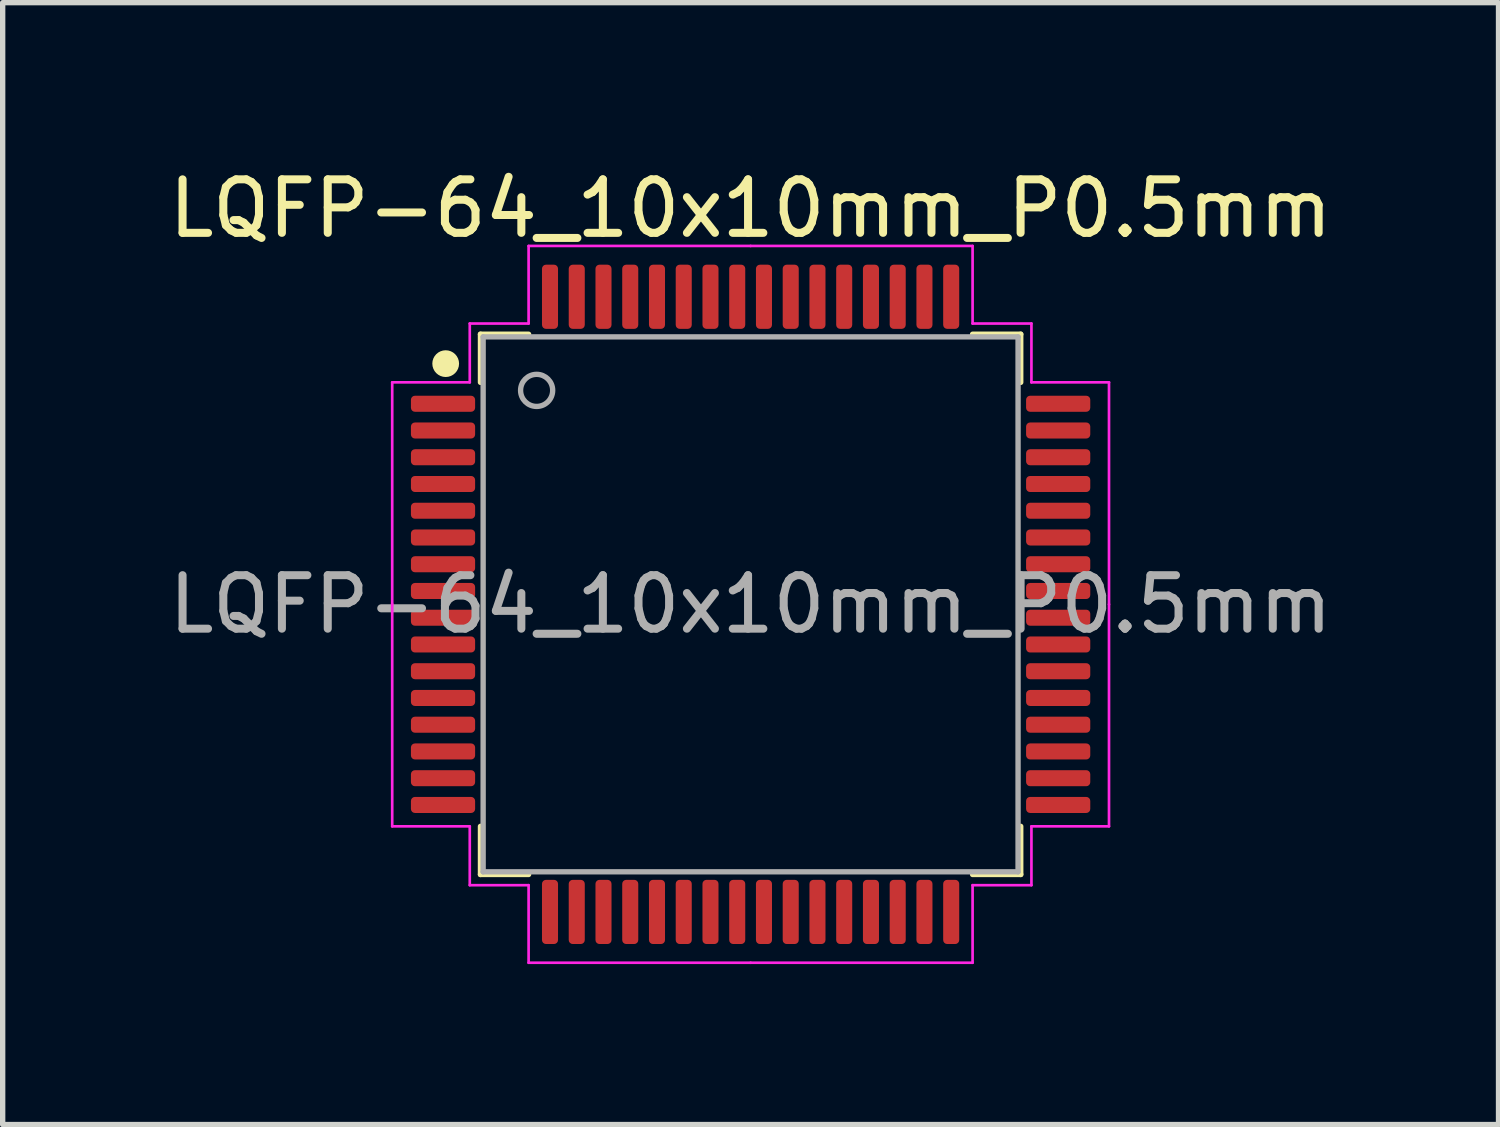
<source format=kicad_pcb>
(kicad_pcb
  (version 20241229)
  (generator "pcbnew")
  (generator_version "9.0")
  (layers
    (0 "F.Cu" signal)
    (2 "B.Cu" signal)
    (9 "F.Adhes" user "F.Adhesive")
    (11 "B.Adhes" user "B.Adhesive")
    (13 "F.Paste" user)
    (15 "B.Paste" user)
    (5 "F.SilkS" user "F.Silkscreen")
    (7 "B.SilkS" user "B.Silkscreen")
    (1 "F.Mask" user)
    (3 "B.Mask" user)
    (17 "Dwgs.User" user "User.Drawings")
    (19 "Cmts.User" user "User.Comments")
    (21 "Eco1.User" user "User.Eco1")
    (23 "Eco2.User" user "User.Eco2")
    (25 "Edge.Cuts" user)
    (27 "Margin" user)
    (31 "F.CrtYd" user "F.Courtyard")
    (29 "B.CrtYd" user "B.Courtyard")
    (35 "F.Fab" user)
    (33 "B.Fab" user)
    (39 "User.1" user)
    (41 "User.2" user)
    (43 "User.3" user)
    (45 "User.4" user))
  (footprint "LQFP-64_10x10mm_P0.5mm"
    (layer "F.Cu")
    (at 10.982 8.248)
    (property "Reference" "LQFP-64_10x10mm_P0.5mm" (at 0 -7.4 0) (layer "F.SilkS") (effects (font (size 1 1) (thickness 0.15))))
    (attr smd)
    (fp_line (start -5.05 -5.05) (end -5.05 -4.15) (stroke (width 0.1) (type default)) (layer "F.SilkS"))
    (fp_line (start -5.05 -5.05) (end -4.15 -5.05) (stroke (width 0.1) (type default)) (layer "F.SilkS"))
    (fp_line (start -5.05 5.05) (end -5.05 4.15) (stroke (width 0.1) (type default)) (layer "F.SilkS"))
    (fp_line (start -5.05 5.05) (end -4.15 5.05) (stroke (width 0.1) (type default)) (layer "F.SilkS"))
    (fp_line (start 5.05 -5.05) (end 4.15 -5.05) (stroke (width 0.1) (type default)) (layer "F.SilkS"))
    (fp_line (start 5.05 -5.05) (end 5.05 -4.15) (stroke (width 0.1) (type default)) (layer "F.SilkS"))
    (fp_line (start 5.05 5.05) (end 4.15 5.05) (stroke (width 0.1) (type default)) (layer "F.SilkS"))
    (fp_line (start 5.05 5.05) (end 5.05 4.15) (stroke (width 0.1) (type default)) (layer "F.SilkS"))
    (fp_circle (center -5.7 -4.5) (end -5.5 -4.5) (stroke (width 0.1) (type solid)) (fill yes) (layer "F.SilkS"))
    (fp_line (start -6.7 -4.15) (end -6.7 0) (stroke (width 0.05) (type solid)) (layer "F.CrtYd"))
    (fp_line (start -6.7 4.15) (end -6.7 0) (stroke (width 0.05) (type solid)) (layer "F.CrtYd"))
    (fp_line (start -5.25 -5.25) (end -5.25 -4.15) (stroke (width 0.05) (type solid)) (layer "F.CrtYd"))
    (fp_line (start -5.25 -4.15) (end -6.7 -4.15) (stroke (width 0.05) (type solid)) (layer "F.CrtYd"))
    (fp_line (start -5.25 4.15) (end -6.7 4.15) (stroke (width 0.05) (type solid)) (layer "F.CrtYd"))
    (fp_line (start -5.25 5.25) (end -5.25 4.15) (stroke (width 0.05) (type solid)) (layer "F.CrtYd"))
    (fp_line (start -4.15 -6.7) (end -4.15 -5.25) (stroke (width 0.05) (type solid)) (layer "F.CrtYd"))
    (fp_line (start -4.15 -5.25) (end -5.25 -5.25) (stroke (width 0.05) (type solid)) (layer "F.CrtYd"))
    (fp_line (start -4.15 5.25) (end -5.25 5.25) (stroke (width 0.05) (type solid)) (layer "F.CrtYd"))
    (fp_line (start -4.15 6.7) (end -4.15 5.25) (stroke (width 0.05) (type solid)) (layer "F.CrtYd"))
    (fp_line (start 0 -6.7) (end -4.15 -6.7) (stroke (width 0.05) (type solid)) (layer "F.CrtYd"))
    (fp_line (start 0 -6.7) (end 4.15 -6.7) (stroke (width 0.05) (type solid)) (layer "F.CrtYd"))
    (fp_line (start 0 6.7) (end -4.15 6.7) (stroke (width 0.05) (type solid)) (layer "F.CrtYd"))
    (fp_line (start 0 6.7) (end 4.15 6.7) (stroke (width 0.05) (type solid)) (layer "F.CrtYd"))
    (fp_line (start 4.15 -6.7) (end 4.15 -5.25) (stroke (width 0.05) (type solid)) (layer "F.CrtYd"))
    (fp_line (start 4.15 -5.25) (end 5.25 -5.25) (stroke (width 0.05) (type solid)) (layer "F.CrtYd"))
    (fp_line (start 4.15 5.25) (end 5.25 5.25) (stroke (width 0.05) (type solid)) (layer "F.CrtYd"))
    (fp_line (start 4.15 6.7) (end 4.15 5.25) (stroke (width 0.05) (type solid)) (layer "F.CrtYd"))
    (fp_line (start 5.25 -5.25) (end 5.25 -4.15) (stroke (width 0.05) (type solid)) (layer "F.CrtYd"))
    (fp_line (start 5.25 -4.15) (end 6.7 -4.15) (stroke (width 0.05) (type solid)) (layer "F.CrtYd"))
    (fp_line (start 5.25 4.15) (end 6.7 4.15) (stroke (width 0.05) (type solid)) (layer "F.CrtYd"))
    (fp_line (start 5.25 5.25) (end 5.25 4.15) (stroke (width 0.05) (type solid)) (layer "F.CrtYd"))
    (fp_line (start 6.7 -4.15) (end 6.7 0) (stroke (width 0.05) (type solid)) (layer "F.CrtYd"))
    (fp_line (start 6.7 4.15) (end 6.7 0) (stroke (width 0.05) (type solid)) (layer "F.CrtYd"))
    (fp_line (start -5 -5) (end 5 -5) (stroke (width 0.1) (type solid)) (layer "F.Fab"))
    (fp_line (start -5 5) (end -5 -5) (stroke (width 0.1) (type solid)) (layer "F.Fab"))
    (fp_line (start 5 -5) (end 5 5) (stroke (width 0.1) (type solid)) (layer "F.Fab"))
    (fp_line (start 5 5) (end -5 5) (stroke (width 0.1) (type solid)) (layer "F.Fab"))
    (fp_circle (center -4 -4) (end -3.7 -4) (stroke (width 0.1) (type solid)) (fill no) (layer "F.Fab"))
    (fp_text user "${REFERENCE}" (at 0 0 0) (layer "F.Fab") (effects (font (size 1 1) (thickness 0.15))))
    (pad "1" smd roundrect (at -5.75 -3.75) (size 1.2 0.3) (layers "F.Cu" "F.Mask" "F.Paste") (roundrect_rratio 0.25))
    (pad "2" smd roundrect (at -5.75 -3.25) (size 1.2 0.3) (layers "F.Cu" "F.Mask" "F.Paste") (roundrect_rratio 0.25))
    (pad "3" smd roundrect (at -5.75 -2.75) (size 1.2 0.3) (layers "F.Cu" "F.Mask" "F.Paste") (roundrect_rratio 0.25))
    (pad "4" smd roundrect (at -5.75 -2.25) (size 1.2 0.3) (layers "F.Cu" "F.Mask" "F.Paste") (roundrect_rratio 0.25))
    (pad "5" smd roundrect (at -5.75 -1.75) (size 1.2 0.3) (layers "F.Cu" "F.Mask" "F.Paste") (roundrect_rratio 0.25))
    (pad "6" smd roundrect (at -5.75 -1.25) (size 1.2 0.3) (layers "F.Cu" "F.Mask" "F.Paste") (roundrect_rratio 0.25))
    (pad "7" smd roundrect (at -5.75 -0.75) (size 1.2 0.3) (layers "F.Cu" "F.Mask" "F.Paste") (roundrect_rratio 0.25))
    (pad "8" smd roundrect (at -5.75 -0.25) (size 1.2 0.3) (layers "F.Cu" "F.Mask" "F.Paste") (roundrect_rratio 0.25))
    (pad "9" smd roundrect (at -5.75 0.25) (size 1.2 0.3) (layers "F.Cu" "F.Mask" "F.Paste") (roundrect_rratio 0.25))
    (pad "10" smd roundrect (at -5.75 0.75) (size 1.2 0.3) (layers "F.Cu" "F.Mask" "F.Paste") (roundrect_rratio 0.25))
    (pad "11" smd roundrect (at -5.75 1.25) (size 1.2 0.3) (layers "F.Cu" "F.Mask" "F.Paste") (roundrect_rratio 0.25))
    (pad "12" smd roundrect (at -5.75 1.75) (size 1.2 0.3) (layers "F.Cu" "F.Mask" "F.Paste") (roundrect_rratio 0.25))
    (pad "13" smd roundrect (at -5.75 2.25) (size 1.2 0.3) (layers "F.Cu" "F.Mask" "F.Paste") (roundrect_rratio 0.25))
    (pad "14" smd roundrect (at -5.75 2.75) (size 1.2 0.3) (layers "F.Cu" "F.Mask" "F.Paste") (roundrect_rratio 0.25))
    (pad "15" smd roundrect (at -5.75 3.25) (size 1.2 0.3) (layers "F.Cu" "F.Mask" "F.Paste") (roundrect_rratio 0.25))
    (pad "16" smd roundrect (at -5.75 3.75) (size 1.2 0.3) (layers "F.Cu" "F.Mask" "F.Paste") (roundrect_rratio 0.25))
    (pad "17" smd roundrect (at -3.75 5.75) (size 0.3 1.2) (layers "F.Cu" "F.Mask" "F.Paste") (roundrect_rratio 0.25))
    (pad "18" smd roundrect (at -3.25 5.75) (size 0.3 1.2) (layers "F.Cu" "F.Mask" "F.Paste") (roundrect_rratio 0.25))
    (pad "19" smd roundrect (at -2.75 5.75) (size 0.3 1.2) (layers "F.Cu" "F.Mask" "F.Paste") (roundrect_rratio 0.25))
    (pad "20" smd roundrect (at -2.25 5.75) (size 0.3 1.2) (layers "F.Cu" "F.Mask" "F.Paste") (roundrect_rratio 0.25))
    (pad "21" smd roundrect (at -1.75 5.75) (size 0.3 1.2) (layers "F.Cu" "F.Mask" "F.Paste") (roundrect_rratio 0.25))
    (pad "22" smd roundrect (at -1.25 5.75) (size 0.3 1.2) (layers "F.Cu" "F.Mask" "F.Paste") (roundrect_rratio 0.25))
    (pad "23" smd roundrect (at -0.75 5.75) (size 0.3 1.2) (layers "F.Cu" "F.Mask" "F.Paste") (roundrect_rratio 0.25))
    (pad "24" smd roundrect (at -0.25 5.75) (size 0.3 1.2) (layers "F.Cu" "F.Mask" "F.Paste") (roundrect_rratio 0.25))
    (pad "25" smd roundrect (at 0.25 5.75) (size 0.3 1.2) (layers "F.Cu" "F.Mask" "F.Paste") (roundrect_rratio 0.25))
    (pad "26" smd roundrect (at 0.75 5.75) (size 0.3 1.2) (layers "F.Cu" "F.Mask" "F.Paste") (roundrect_rratio 0.25))
    (pad "27" smd roundrect (at 1.25 5.75) (size 0.3 1.2) (layers "F.Cu" "F.Mask" "F.Paste") (roundrect_rratio 0.25))
    (pad "28" smd roundrect (at 1.75 5.75) (size 0.3 1.2) (layers "F.Cu" "F.Mask" "F.Paste") (roundrect_rratio 0.25))
    (pad "29" smd roundrect (at 2.25 5.75) (size 0.3 1.2) (layers "F.Cu" "F.Mask" "F.Paste") (roundrect_rratio 0.25))
    (pad "30" smd roundrect (at 2.75 5.75) (size 0.3 1.2) (layers "F.Cu" "F.Mask" "F.Paste") (roundrect_rratio 0.25))
    (pad "31" smd roundrect (at 3.25 5.75) (size 0.3 1.2) (layers "F.Cu" "F.Mask" "F.Paste") (roundrect_rratio 0.25))
    (pad "32" smd roundrect (at 3.75 5.75) (size 0.3 1.2) (layers "F.Cu" "F.Mask" "F.Paste") (roundrect_rratio 0.25))
    (pad "33" smd roundrect (at 5.75 3.75) (size 1.2 0.3) (layers "F.Cu" "F.Mask" "F.Paste") (roundrect_rratio 0.25))
    (pad "34" smd roundrect (at 5.75 3.25) (size 1.2 0.3) (layers "F.Cu" "F.Mask" "F.Paste") (roundrect_rratio 0.25))
    (pad "35" smd roundrect (at 5.75 2.75) (size 1.2 0.3) (layers "F.Cu" "F.Mask" "F.Paste") (roundrect_rratio 0.25))
    (pad "36" smd roundrect (at 5.75 2.25) (size 1.2 0.3) (layers "F.Cu" "F.Mask" "F.Paste") (roundrect_rratio 0.25))
    (pad "37" smd roundrect (at 5.75 1.75) (size 1.2 0.3) (layers "F.Cu" "F.Mask" "F.Paste") (roundrect_rratio 0.25))
    (pad "38" smd roundrect (at 5.75 1.25) (size 1.2 0.3) (layers "F.Cu" "F.Mask" "F.Paste") (roundrect_rratio 0.25))
    (pad "39" smd roundrect (at 5.75 0.75) (size 1.2 0.3) (layers "F.Cu" "F.Mask" "F.Paste") (roundrect_rratio 0.25))
    (pad "40" smd roundrect (at 5.75 0.25) (size 1.2 0.3) (layers "F.Cu" "F.Mask" "F.Paste") (roundrect_rratio 0.25))
    (pad "41" smd roundrect (at 5.75 -0.25) (size 1.2 0.3) (layers "F.Cu" "F.Mask" "F.Paste") (roundrect_rratio 0.25))
    (pad "42" smd roundrect (at 5.75 -0.75) (size 1.2 0.3) (layers "F.Cu" "F.Mask" "F.Paste") (roundrect_rratio 0.25))
    (pad "43" smd roundrect (at 5.75 -1.25) (size 1.2 0.3) (layers "F.Cu" "F.Mask" "F.Paste") (roundrect_rratio 0.25))
    (pad "44" smd roundrect (at 5.75 -1.75) (size 1.2 0.3) (layers "F.Cu" "F.Mask" "F.Paste") (roundrect_rratio 0.25))
    (pad "45" smd roundrect (at 5.75 -2.25) (size 1.2 0.3) (layers "F.Cu" "F.Mask" "F.Paste") (roundrect_rratio 0.25))
    (pad "46" smd roundrect (at 5.75 -2.75) (size 1.2 0.3) (layers "F.Cu" "F.Mask" "F.Paste") (roundrect_rratio 0.25))
    (pad "47" smd roundrect (at 5.75 -3.25) (size 1.2 0.3) (layers "F.Cu" "F.Mask" "F.Paste") (roundrect_rratio 0.25))
    (pad "48" smd roundrect (at 5.75 -3.75) (size 1.2 0.3) (layers "F.Cu" "F.Mask" "F.Paste") (roundrect_rratio 0.25))
    (pad "49" smd roundrect (at 3.75 -5.75) (size 0.3 1.2) (layers "F.Cu" "F.Mask" "F.Paste") (roundrect_rratio 0.25))
    (pad "50" smd roundrect (at 3.25 -5.75) (size 0.3 1.2) (layers "F.Cu" "F.Mask" "F.Paste") (roundrect_rratio 0.25))
    (pad "51" smd roundrect (at 2.75 -5.75) (size 0.3 1.2) (layers "F.Cu" "F.Mask" "F.Paste") (roundrect_rratio 0.25))
    (pad "52" smd roundrect (at 2.25 -5.75) (size 0.3 1.2) (layers "F.Cu" "F.Mask" "F.Paste") (roundrect_rratio 0.25))
    (pad "53" smd roundrect (at 1.75 -5.75) (size 0.3 1.2) (layers "F.Cu" "F.Mask" "F.Paste") (roundrect_rratio 0.25))
    (pad "54" smd roundrect (at 1.25 -5.75) (size 0.3 1.2) (layers "F.Cu" "F.Mask" "F.Paste") (roundrect_rratio 0.25))
    (pad "55" smd roundrect (at 0.75 -5.75) (size 0.3 1.2) (layers "F.Cu" "F.Mask" "F.Paste") (roundrect_rratio 0.25))
    (pad "56" smd roundrect (at 0.25 -5.75) (size 0.3 1.2) (layers "F.Cu" "F.Mask" "F.Paste") (roundrect_rratio 0.25))
    (pad "57" smd roundrect (at -0.25 -5.75) (size 0.3 1.2) (layers "F.Cu" "F.Mask" "F.Paste") (roundrect_rratio 0.25))
    (pad "58" smd roundrect (at -0.75 -5.75) (size 0.3 1.2) (layers "F.Cu" "F.Mask" "F.Paste") (roundrect_rratio 0.25))
    (pad "59" smd roundrect (at -1.25 -5.75) (size 0.3 1.2) (layers "F.Cu" "F.Mask" "F.Paste") (roundrect_rratio 0.25))
    (pad "60" smd roundrect (at -1.75 -5.75) (size 0.3 1.2) (layers "F.Cu" "F.Mask" "F.Paste") (roundrect_rratio 0.25))
    (pad "61" smd roundrect (at -2.25 -5.75) (size 0.3 1.2) (layers "F.Cu" "F.Mask" "F.Paste") (roundrect_rratio 0.25))
    (pad "62" smd roundrect (at -2.75 -5.75) (size 0.3 1.2) (layers "F.Cu" "F.Mask" "F.Paste") (roundrect_rratio 0.25))
    (pad "63" smd roundrect (at -3.25 -5.75) (size 0.3 1.2) (layers "F.Cu" "F.Mask" "F.Paste") (roundrect_rratio 0.25))
    (pad "64" smd roundrect (at -3.75 -5.75) (size 0.3 1.2) (layers "F.Cu" "F.Mask" "F.Paste") (roundrect_rratio 0.25)))
  (gr_rect
    (start -3 -3)
    (end 24.964 17.973)
    (stroke (width 0.1) (type default))
    (fill no)
    (layer "Edge.Cuts")))
</source>
